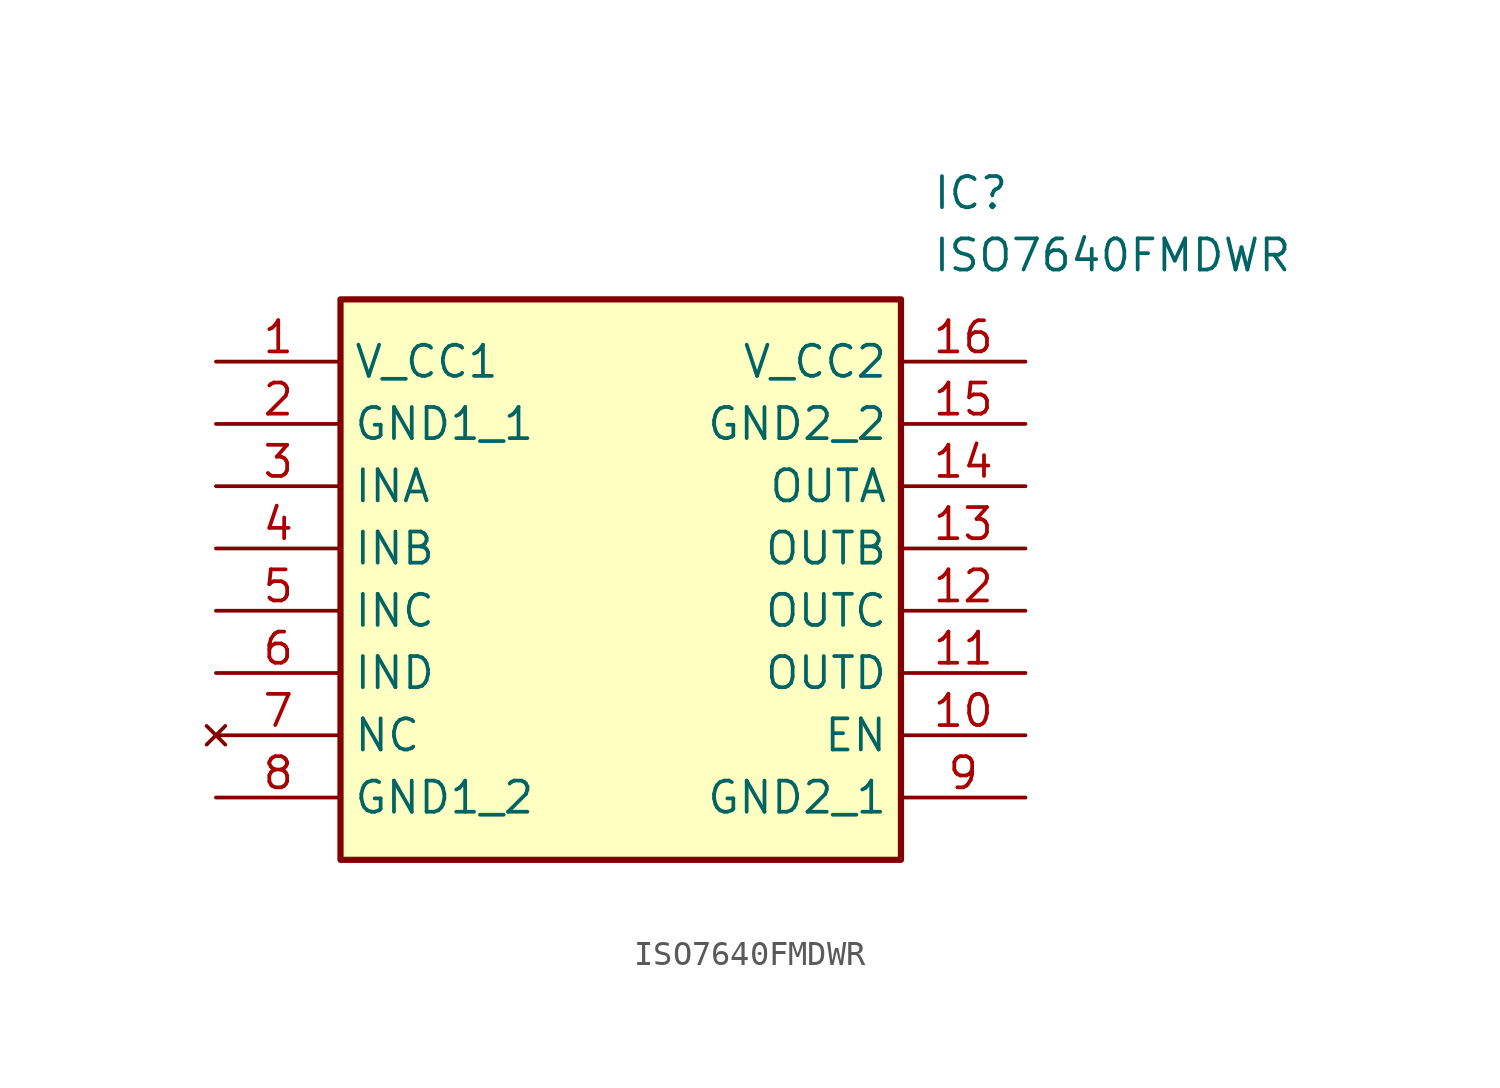
<source format=kicad_sym>
(kicad_symbol_lib
  (version 20211014)
  (generator SamacSys_ECAD_Model)
  (symbol "ISO7640FMDWR"
    (property "Reference" "IC"
      (at 29.21 7.62 0)
      (effects (font (size 1.27 1.27)) (justify left top)))
    (property "Value" "ISO7640FMDWR"
      (at 29.21 5.08 0)
      (effects (font (size 1.27 1.27)) (justify left top)))
    (rectangle
      (start 5.08 2.54)
      (end 27.94 -20.32)
      (stroke (width 0.254) (type default))
      (fill (type background)))
    (pin passive line
      (at 0 0 0)
      (length 5.08)
      (name "V_CC1" (effects (font (size 1.27 1.27))))
      (number "1" (effects (font (size 1.27 1.27)))))
    (pin passive line
      (at 0 -2.54 0)
      (length 5.08)
      (name "GND1_1" (effects (font (size 1.27 1.27))))
      (number "2" (effects (font (size 1.27 1.27)))))
    (pin passive line
      (at 0 -5.08 0)
      (length 5.08)
      (name "INA" (effects (font (size 1.27 1.27))))
      (number "3" (effects (font (size 1.27 1.27)))))
    (pin passive line
      (at 0 -7.62 0)
      (length 5.08)
      (name "INB" (effects (font (size 1.27 1.27))))
      (number "4" (effects (font (size 1.27 1.27)))))
    (pin passive line
      (at 0 -10.16 0)
      (length 5.08)
      (name "INC" (effects (font (size 1.27 1.27))))
      (number "5" (effects (font (size 1.27 1.27)))))
    (pin passive line
      (at 0 -12.7 0)
      (length 5.08)
      (name "IND" (effects (font (size 1.27 1.27))))
      (number "6" (effects (font (size 1.27 1.27)))))
    (pin no_connect line
      (at 0 -15.24 0)
      (length 5.08)
      (name "NC" (effects (font (size 1.27 1.27))))
      (number "7" (effects (font (size 1.27 1.27)))))
    (pin passive line
      (at 0 -17.78 0)
      (length 5.08)
      (name "GND1_2" (effects (font (size 1.27 1.27))))
      (number "8" (effects (font (size 1.27 1.27)))))
    (pin passive line
      (at 33.02 0 180)
      (length 5.08)
      (name "V_CC2" (effects (font (size 1.27 1.27))))
      (number "16" (effects (font (size 1.27 1.27)))))
    (pin passive line
      (at 33.02 -2.54 180)
      (length 5.08)
      (name "GND2_2" (effects (font (size 1.27 1.27))))
      (number "15" (effects (font (size 1.27 1.27)))))
    (pin passive line
      (at 33.02 -5.08 180)
      (length 5.08)
      (name "OUTA" (effects (font (size 1.27 1.27))))
      (number "14" (effects (font (size 1.27 1.27)))))
    (pin passive line
      (at 33.02 -7.62 180)
      (length 5.08)
      (name "OUTB" (effects (font (size 1.27 1.27))))
      (number "13" (effects (font (size 1.27 1.27)))))
    (pin passive line
      (at 33.02 -10.16 180)
      (length 5.08)
      (name "OUTC" (effects (font (size 1.27 1.27))))
      (number "12" (effects (font (size 1.27 1.27)))))
    (pin passive line
      (at 33.02 -12.7 180)
      (length 5.08)
      (name "OUTD" (effects (font (size 1.27 1.27))))
      (number "11" (effects (font (size 1.27 1.27)))))
    (pin passive line
      (at 33.02 -15.24 180)
      (length 5.08)
      (name "EN" (effects (font (size 1.27 1.27))))
      (number "10" (effects (font (size 1.27 1.27)))))
    (pin passive line
      (at 33.02 -17.78 180)
      (length 5.08)
      (name "GND2_1" (effects (font (size 1.27 1.27))))
      (number "9" (effects (font (size 1.27 1.27)))))))
</source>
